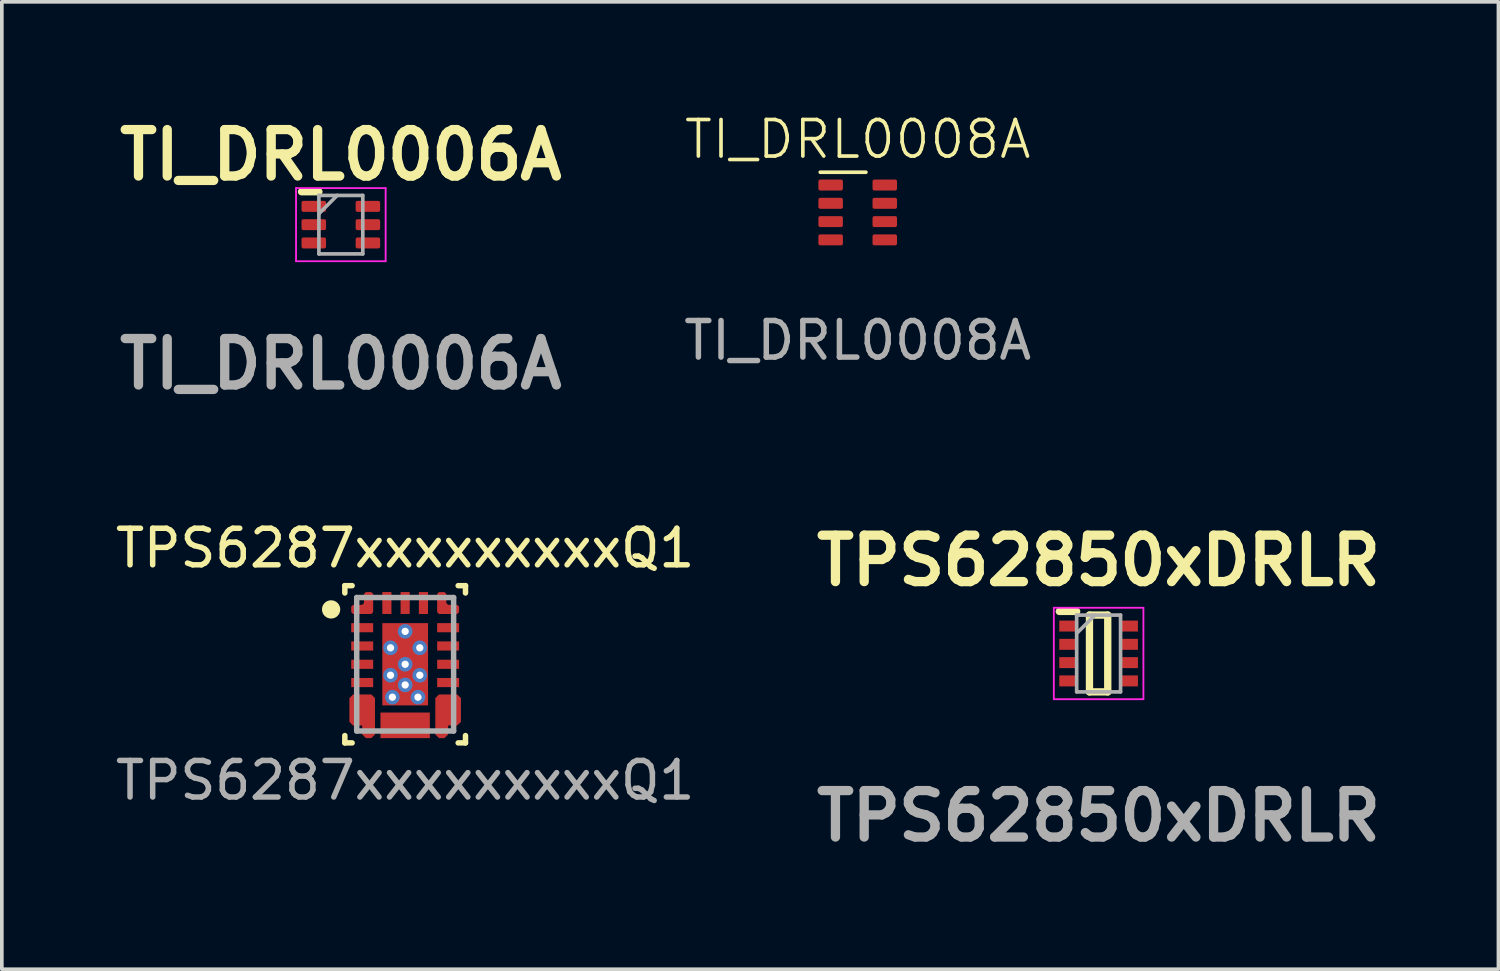
<source format=kicad_pcb>
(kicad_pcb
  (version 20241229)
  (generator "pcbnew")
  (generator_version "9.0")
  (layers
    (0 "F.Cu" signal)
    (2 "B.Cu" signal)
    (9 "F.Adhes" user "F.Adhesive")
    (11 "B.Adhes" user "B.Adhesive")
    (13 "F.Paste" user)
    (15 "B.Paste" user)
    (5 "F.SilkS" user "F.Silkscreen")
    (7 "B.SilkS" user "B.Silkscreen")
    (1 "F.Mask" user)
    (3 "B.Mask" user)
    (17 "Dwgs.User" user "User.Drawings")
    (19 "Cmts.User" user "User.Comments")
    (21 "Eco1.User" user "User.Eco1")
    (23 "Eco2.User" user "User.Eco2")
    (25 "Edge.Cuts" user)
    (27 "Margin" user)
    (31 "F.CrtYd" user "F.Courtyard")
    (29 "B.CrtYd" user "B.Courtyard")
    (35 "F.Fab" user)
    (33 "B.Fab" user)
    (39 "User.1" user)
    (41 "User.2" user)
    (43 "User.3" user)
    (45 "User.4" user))
  (footprint "TI_DRL0008A"
    (layer "F.Cu")
    (at 20.406 2.76)
    (property "Reference" "TI_DRL0008A" (at 0 -2 0) (unlocked yes) (layer "F.SilkS") (effects (font (size 1 1) (thickness 0.1))))
    (attr smd)
    (fp_line (start -1.025 -1.1) (end 0.225 -1.1) (stroke (width 0.1) (type default)) (layer "F.SilkS"))
    (fp_text user "${REFERENCE}" (at 0 3.5 0) (unlocked yes) (layer "F.Fab") (effects (font (size 1 1) (thickness 0.15))))
    (pad "1" smd roundrect (at -0.74 -0.75) (size 0.67 0.3) (layers "F.Cu" "F.Mask" "F.Paste") (roundrect_rratio 0.167))
    (pad "2" smd roundrect (at -0.74 -0.25) (size 0.67 0.3) (layers "F.Cu" "F.Mask" "F.Paste") (roundrect_rratio 0.167))
    (pad "3" smd roundrect (at -0.74 0.25) (size 0.67 0.3) (layers "F.Cu" "F.Mask" "F.Paste") (roundrect_rratio 0.167))
    (pad "4" smd roundrect (at -0.74 0.75) (size 0.67 0.3) (layers "F.Cu" "F.Mask" "F.Paste") (roundrect_rratio 0.167))
    (pad "5" smd roundrect (at 0.74 0.75) (size 0.67 0.3) (layers "F.Cu" "F.Mask" "F.Paste") (roundrect_rratio 0.167))
    (pad "6" smd roundrect (at 0.74 0.25) (size 0.67 0.3) (layers "F.Cu" "F.Mask" "F.Paste") (roundrect_rratio 0.167))
    (pad "7" smd roundrect (at 0.74 -0.25) (size 0.67 0.3) (layers "F.Cu" "F.Mask" "F.Paste") (roundrect_rratio 0.167))
    (pad "8" smd roundrect (at 0.74 -0.75) (size 0.67 0.3) (layers "F.Cu" "F.Mask" "F.Paste") (roundrect_rratio 0.167)))
  (footprint "TPS62850xDRLR"
    (layer "F.Cu")
    (at 26.994 14.821)
    (property "Reference" "TPS62850xDRLR" (at 0 -2.54 0) (layer "F.SilkS") (effects (font (size 1.27 1.27) (thickness 0.254))))
    (attr smd)
    (fp_line (start -1.075 -1.15) (end -0.6 -1.15) (stroke (width 0.2) (type solid)) (layer "F.SilkS"))
    (fp_line (start -0.25 -1.05) (end 0.25 -1.05) (stroke (width 0.2) (type solid)) (layer "F.SilkS"))
    (fp_line (start -0.25 1.05) (end -0.25 -1.05) (stroke (width 0.2) (type solid)) (layer "F.SilkS"))
    (fp_line (start 0.25 -1.05) (end 0.25 1.05) (stroke (width 0.2) (type solid)) (layer "F.SilkS"))
    (fp_line (start 0.25 1.05) (end -0.25 1.05) (stroke (width 0.2) (type solid)) (layer "F.SilkS"))
    (fp_line (start -1.225 -1.25) (end 1.225 -1.25) (stroke (width 0.05) (type solid)) (layer "F.CrtYd"))
    (fp_line (start -1.225 1.25) (end -1.225 -1.25) (stroke (width 0.05) (type solid)) (layer "F.CrtYd"))
    (fp_line (start 1.225 -1.25) (end 1.225 1.25) (stroke (width 0.05) (type solid)) (layer "F.CrtYd"))
    (fp_line (start 1.225 1.25) (end -1.225 1.25) (stroke (width 0.05) (type solid)) (layer "F.CrtYd"))
    (fp_line (start -0.6 -1.05) (end 0.6 -1.05) (stroke (width 0.1) (type solid)) (layer "F.Fab"))
    (fp_line (start -0.6 -0.55) (end -0.1 -1.05) (stroke (width 0.1) (type solid)) (layer "F.Fab"))
    (fp_line (start -0.6 1.05) (end -0.6 -1.05) (stroke (width 0.1) (type solid)) (layer "F.Fab"))
    (fp_line (start 0.6 -1.05) (end 0.6 1.05) (stroke (width 0.1) (type solid)) (layer "F.Fab"))
    (fp_line (start 0.6 1.05) (end -0.6 1.05) (stroke (width 0.1) (type solid)) (layer "F.Fab"))
    (fp_text user "${REFERENCE}" (at 0 4.445 0) (layer "F.Fab") (effects (font (size 1.27 1.27) (thickness 0.254))))
    (pad "1" smd rect (at -0.838 -0.75 90) (size 0.3 0.475) (layers "F.Cu" "F.Mask" "F.Paste"))
    (pad "2" smd rect (at -0.838 -0.25 90) (size 0.3 0.475) (layers "F.Cu" "F.Mask" "F.Paste"))
    (pad "3" smd rect (at -0.838 0.25 90) (size 0.3 0.475) (layers "F.Cu" "F.Mask" "F.Paste"))
    (pad "4" smd rect (at -0.838 0.75 90) (size 0.3 0.475) (layers "F.Cu" "F.Mask" "F.Paste"))
    (pad "5" smd rect (at 0.838 0.75 90) (size 0.3 0.475) (layers "F.Cu" "F.Mask" "F.Paste"))
    (pad "6" smd rect (at 0.838 0.25 90) (size 0.3 0.475) (layers "F.Cu" "F.Mask" "F.Paste"))
    (pad "7" smd rect (at 0.838 -0.25 90) (size 0.3 0.475) (layers "F.Cu" "F.Mask" "F.Paste"))
    (pad "8" smd rect (at 0.838 -0.75 90) (size 0.3 0.475) (layers "F.Cu" "F.Mask" "F.Paste")))
  (footprint "TPS6287xxxxxxxxxQ1"
    (layer "F.Cu")
    (at 8.03 15.116)
    (property "Reference" "TPS6287xxxxxxxxxQ1" (at 0 -3.175 0) (unlocked yes) (layer "F.SilkS") (effects (font (size 1 1) (thickness 0.15))))
    (attr smd)
    (fp_poly (pts (xy -1.175 1.92) (xy -1.075 2.02) (xy -0.925 2.02) (xy -0.825 1.92) (xy -0.825 0.925) (xy -0.925 0.825) (xy -1.425 0.825) (xy -1.525 0.925) (xy -1.525 1.575) (xy -1.425 1.675) (xy -1.175 1.675)) (stroke (width 0) (type solid)) (fill yes) (layer "F.Cu"))
    (fp_poly (pts (xy 1.175 1.92) (xy 1.075 2.02) (xy 0.925 2.02) (xy 0.825 1.92) (xy 0.825 0.925) (xy 0.925 0.825) (xy 1.425 0.825) (xy 1.525 0.925) (xy 1.525 1.575) (xy 1.425 1.675) (xy 1.175 1.675)) (stroke (width 0) (type solid)) (fill yes) (layer "F.Cu"))
    (fp_poly (pts (xy -1.125 -1.925) (xy -1.075 -1.975) (xy -0.925 -1.975) (xy -0.875 -1.925) (xy -0.875 -1.425) (xy -0.925 -1.375) (xy -1.425 -1.375) (xy -1.475 -1.425) (xy -1.475 -1.575) (xy -1.425 -1.625) (xy -1.175 -1.625) (xy -1.125 -1.675)) (stroke (width 0) (type solid)) (fill yes) (layer "F.Cu"))
    (fp_poly (pts (xy 1.125 -1.925) (xy 1.075 -1.975) (xy 0.925 -1.975) (xy 0.875 -1.925) (xy 0.875 -1.425) (xy 0.925 -1.375) (xy 1.425 -1.375) (xy 1.475 -1.425) (xy 1.475 -1.575) (xy 1.425 -1.625) (xy 1.175 -1.625) (xy 1.125 -1.675)) (stroke (width 0) (type solid)) (fill yes) (layer "F.Cu"))
    (fp_poly (pts (xy -1.525 -1.075) (xy -1.425 -1.175) (xy -0.925 -1.175) (xy -0.825 -1.075) (xy -0.825 -0.925) (xy -0.925 -0.825) (xy -1.425 -0.825) (xy -1.525 -0.925)) (stroke (width 0) (type solid)) (fill yes) (layer "F.Mask"))
    (fp_poly (pts (xy -1.525 -0.075) (xy -1.425 -0.175) (xy -0.925 -0.175) (xy -0.825 -0.075) (xy -0.825 0.075) (xy -0.925 0.175) (xy -1.425 0.175) (xy -1.525 0.075)) (stroke (width 0) (type solid)) (fill yes) (layer "F.Mask"))
    (fp_poly (pts (xy -1.425 -0.325) (xy -1.525 -0.425) (xy -1.525 -0.575) (xy -1.425 -0.675) (xy -0.925 -0.675) (xy -0.825 -0.575) (xy -0.825 -0.425) (xy -0.925 -0.325)) (stroke (width 0) (type solid)) (fill yes) (layer "F.Mask"))
    (fp_poly (pts (xy -0.825 0.425) (xy -0.825 0.575) (xy -0.925 0.675) (xy -1.425 0.675) (xy -1.525 0.575) (xy -1.525 0.425) (xy -1.425 0.325) (xy -0.925 0.325)) (stroke (width 0) (type solid)) (fill yes) (layer "F.Mask"))
    (fp_poly (pts (xy -0.675 -1.925) (xy -0.575 -2.025) (xy -0.425 -2.025) (xy -0.325 -1.925) (xy -0.325 -1.425) (xy -0.425 -1.325) (xy -0.575 -1.325) (xy -0.675 -1.425)) (stroke (width 0) (type solid)) (fill yes) (layer "F.Mask"))
    (fp_poly (pts (xy -0.575 -1.175) (xy 0.575 -1.175) (xy 0.675 -1.075) (xy 0.675 1.075) (xy 0.575 1.175) (xy -0.575 1.175) (xy -0.675 1.075) (xy -0.675 -1.075)) (stroke (width 0) (type solid)) (fill yes) (layer "F.Mask"))
    (fp_poly (pts (xy 0.175 -1.925) (xy 0.175 -1.425) (xy 0.075 -1.325) (xy -0.075 -1.325) (xy -0.175 -1.425) (xy -0.175 -1.925) (xy -0.075 -2.025) (xy 0.075 -2.025)) (stroke (width 0) (type solid)) (fill yes) (layer "F.Mask"))
    (fp_poly (pts (xy 0.675 -1.425) (xy 0.575 -1.325) (xy 0.425 -1.325) (xy 0.325 -1.425) (xy 0.325 -1.925) (xy 0.425 -2.025) (xy 0.575 -2.025) (xy 0.675 -1.925)) (stroke (width 0) (type solid)) (fill yes) (layer "F.Mask"))
    (fp_poly (pts (xy 0.925 -0.325) (xy 0.825 -0.425) (xy 0.825 -0.575) (xy 0.925 -0.675) (xy 1.425 -0.675) (xy 1.525 -0.575) (xy 1.525 -0.425) (xy 1.425 -0.325)) (stroke (width 0) (type solid)) (fill yes) (layer "F.Mask"))
    (fp_poly (pts (xy 0.925 -0.175) (xy 1.425 -0.175) (xy 1.525 -0.075) (xy 1.525 0.075) (xy 1.425 0.175) (xy 0.925 0.175) (xy 0.825 0.075) (xy 0.825 -0.075)) (stroke (width 0) (type solid)) (fill yes) (layer "F.Mask"))
    (fp_poly (pts (xy 0.925 0.675) (xy 0.825 0.575) (xy 0.825 0.425) (xy 0.925 0.325) (xy 1.425 0.325) (xy 1.525 0.425) (xy 1.525 0.575) (xy 1.425 0.675)) (stroke (width 0) (type solid)) (fill yes) (layer "F.Mask"))
    (fp_poly (pts (xy 1.525 -0.925) (xy 1.425 -0.825) (xy 0.925 -0.825) (xy 0.825 -0.925) (xy 0.825 -1.075) (xy 0.925 -1.175) (xy 1.425 -1.175) (xy 1.525 -1.075)) (stroke (width 0) (type solid)) (fill yes) (layer "F.Mask"))
    (fp_poly (pts (xy -1.175 -1.925) (xy -1.075 -2.025) (xy -0.925 -2.025) (xy -0.825 -1.925) (xy -0.825 -1.425) (xy -0.925 -1.325) (xy -1.425 -1.325) (xy -1.525 -1.425) (xy -1.525 -1.575) (xy -1.425 -1.675) (xy -1.175 -1.675)) (stroke (width 0) (type solid)) (fill yes) (layer "F.Mask"))
    (fp_poly (pts (xy 1.175 -1.925) (xy 1.075 -2.025) (xy 0.925 -2.025) (xy 0.825 -1.925) (xy 0.825 -1.425) (xy 0.925 -1.325) (xy 1.425 -1.325) (xy 1.525 -1.425) (xy 1.525 -1.575) (xy 1.425 -1.675) (xy 1.175 -1.675)) (stroke (width 0) (type solid)) (fill yes) (layer "F.Mask"))
    (fp_poly (pts (xy -1.125 1.92) (xy -1.075 1.97) (xy -0.925 1.97) (xy -0.875 1.92) (xy -0.875 0.925) (xy -0.925 0.875) (xy -1.425 0.875) (xy -1.475 0.925) (xy -1.475 1.075) (xy -1.425 1.125) (xy -1.175 1.125) (xy -1.125 1.175) (xy -1.125 1.325) (xy -1.175 1.375) (xy -1.425 1.375) (xy -1.475 1.425) (xy -1.475 1.575) (xy -1.425 1.625) (xy -1.175 1.625) (xy -1.125 1.675)) (stroke (width 0) (type solid)) (fill yes) (layer "F.Mask"))
    (fp_poly (pts (xy 1.125 1.92) (xy 1.075 1.97) (xy 0.925 1.97) (xy 0.875 1.92) (xy 0.875 0.925) (xy 0.925 0.875) (xy 1.425 0.875) (xy 1.475 0.925) (xy 1.475 1.075) (xy 1.425 1.125) (xy 1.175 1.125) (xy 1.125 1.175) (xy 1.125 1.325) (xy 1.175 1.375) (xy 1.425 1.375) (xy 1.475 1.425) (xy 1.475 1.575) (xy 1.425 1.625) (xy 1.175 1.625) (xy 1.125 1.675)) (stroke (width 0) (type solid)) (fill yes) (layer "F.Mask"))
    (fp_poly (pts (xy -0.625 1.92) (xy -0.575 1.97) (xy -0.425 1.97) (xy -0.375 1.92) (xy -0.375 1.67) (xy -0.325 1.62) (xy -0.175 1.62) (xy -0.125 1.67) (xy -0.125 1.92) (xy -0.075 1.97) (xy 0.075 1.97) (xy 0.125 1.92) (xy 0.125 1.67) (xy 0.175 1.62) (xy 0.325 1.62) (xy 0.375 1.67) (xy 0.375 1.92) (xy 0.425 1.97) (xy 0.575 1.97) (xy 0.625 1.92) (xy 0.625 1.42) (xy 0.575 1.37) (xy -0.575 1.37) (xy -0.625 1.42)) (stroke (width 0) (type solid)) (fill yes) (layer "F.Mask"))
    (fp_line (start -1.65 2.15) (end -1.65 1.95) (stroke (width 0.15) (type solid)) (layer "F.SilkS"))
    (fp_line (start -1.65 2.15) (end -1.45 2.15) (stroke (width 0.15) (type solid)) (layer "F.SilkS"))
    (fp_line (start -1.65 -2.15) (end -1.45 -2.15) (stroke (width 0.15) (type solid)) (layer "F.SilkS"))
    (fp_line (start -1.65 -1.95) (end -1.65 -2.15) (stroke (width 0.15) (type solid)) (layer "F.SilkS"))
    (fp_line (start 1.45 2.15) (end 1.65 2.15) (stroke (width 0.15) (type solid)) (layer "F.SilkS"))
    (fp_line (start 1.45 -2.15) (end 1.65 -2.15) (stroke (width 0.15) (type solid)) (layer "F.SilkS"))
    (fp_line (start 1.65 2.15) (end 1.65 1.95) (stroke (width 0.15) (type solid)) (layer "F.SilkS"))
    (fp_line (start 1.65 -1.95) (end 1.65 -2.15) (stroke (width 0.15) (type solid)) (layer "F.SilkS"))
    (fp_circle (center -2.025 -1.5) (end -1.9 -1.5) (stroke (width 0.25) (type solid)) (fill no) (layer "F.SilkS"))
    (fp_poly (pts (xy -0.585 -1.05) (xy -0.535 -1.1) (xy 0.535 -1.1) (xy 0.585 -1.05) (xy 0.585 -0.15) (xy 0.535 -0.1) (xy -0.535 -0.1) (xy -0.585 -0.15)) (stroke (width 0) (type solid)) (fill yes) (layer "F.Paste"))
    (fp_poly (pts (xy 0.585 0.15) (xy 0.585 1.05) (xy 0.535 1.1) (xy -0.535 1.1) (xy -0.585 1.05) (xy -0.585 0.15) (xy -0.535 0.1) (xy 0.535 0.1)) (stroke (width 0) (type solid)) (fill yes) (layer "F.Paste"))
    (fp_poly (pts (xy -1.125 -1.925) (xy -1.075 -1.975) (xy -0.925 -1.975) (xy -0.875 -1.925) (xy -0.875 -1.425) (xy -0.925 -1.375) (xy -1.425 -1.375) (xy -1.475 -1.425) (xy -1.475 -1.575) (xy -1.425 -1.625) (xy -1.175 -1.625) (xy -1.125 -1.675)) (stroke (width 0) (type solid)) (fill yes) (layer "F.Paste"))
    (fp_poly (pts (xy 1.125 -1.925) (xy 1.125 -1.675) (xy 1.175 -1.625) (xy 1.425 -1.625) (xy 1.475 -1.575) (xy 1.475 -1.425) (xy 1.425 -1.375) (xy 0.925 -1.375) (xy 0.875 -1.425) (xy 0.875 -1.925) (xy 0.925 -1.975) (xy 1.075 -1.975)) (stroke (width 0) (type solid)) (fill yes) (layer "F.Paste"))
    (fp_poly (pts (xy -1.125 1.92) (xy -1.075 1.97) (xy -0.925 1.97) (xy -0.875 1.92) (xy -0.875 0.925) (xy -0.925 0.875) (xy -1.425 0.875) (xy -1.475 0.925) (xy -1.475 1.075) (xy -1.425 1.125) (xy -1.175 1.125) (xy -1.125 1.175) (xy -1.125 1.325) (xy -1.175 1.375) (xy -1.425 1.375) (xy -1.475 1.425) (xy -1.475 1.575) (xy -1.425 1.625) (xy -1.175 1.625) (xy -1.125 1.675)) (stroke (width 0) (type solid)) (fill yes) (layer "F.Paste"))
    (fp_poly (pts (xy 1.125 1.92) (xy 1.075 1.97) (xy 0.925 1.97) (xy 0.875 1.92) (xy 0.875 0.925) (xy 0.925 0.875) (xy 1.425 0.875) (xy 1.475 0.925) (xy 1.475 1.075) (xy 1.425 1.125) (xy 1.175 1.125) (xy 1.125 1.175) (xy 1.125 1.325) (xy 1.175 1.375) (xy 1.425 1.375) (xy 1.475 1.425) (xy 1.475 1.575) (xy 1.425 1.625) (xy 1.175 1.625) (xy 1.125 1.675)) (stroke (width 0) (type solid)) (fill yes) (layer "F.Paste"))
    (fp_poly (pts (xy -0.625 1.92) (xy -0.575 1.97) (xy -0.425 1.97) (xy -0.375 1.92) (xy -0.375 1.67) (xy -0.325 1.62) (xy -0.175 1.62) (xy -0.125 1.67) (xy -0.125 1.92) (xy -0.075 1.97) (xy 0.075 1.97) (xy 0.125 1.92) (xy 0.125 1.67) (xy 0.175 1.62) (xy 0.325 1.62) (xy 0.375 1.67) (xy 0.375 1.92) (xy 0.425 1.97) (xy 0.575 1.97) (xy 0.625 1.92) (xy 0.625 1.42) (xy 0.575 1.37) (xy -0.575 1.37) (xy -0.625 1.42)) (stroke (width 0) (type solid)) (fill yes) (layer "F.Paste"))
    (fp_line (start -1.325 -1.825) (end 1.325 -1.825) (stroke (width 0.15) (type solid)) (layer "F.Fab"))
    (fp_line (start -1.325 1.825) (end -1.325 -1.825) (stroke (width 0.15) (type solid)) (layer "F.Fab"))
    (fp_line (start -1.325 1.825) (end 1.325 1.825) (stroke (width 0.15) (type solid)) (layer "F.Fab"))
    (fp_line (start 1.325 1.825) (end 1.325 -1.825) (stroke (width 0.15) (type solid)) (layer "F.Fab"))
    (fp_text user "${REFERENCE}" (at 0 3.175 0) (unlocked yes) (layer "F.Fab") (effects (font (size 1 1) (thickness 0.15))))
    (pad "1" smd circle (at -1.025 -1.525) (size 0.27 0.27) (layers "F.Cu" "F.Paste"))
    (pad "2" smd rect (at -1.175 -1) (size 0.6 0.25) (layers "F.Cu" "F.Paste"))
    (pad "3" smd rect (at -1.175 -0.5) (size 0.6 0.25) (layers "F.Cu" "F.Paste"))
    (pad "4" smd rect (at -1.175 0) (size 0.6 0.25) (layers "F.Cu" "F.Paste"))
    (pad "5" smd rect (at -1.175 0.5) (size 0.6 0.25) (layers "F.Cu" "F.Paste"))
    (pad "6" smd circle (at -1.145 1.349) (size 0.576 0.576) (layers "F.Cu"))
    (pad "7" smd rect (at 0 1.67) (size 1.35 0.7) (layers "F.Cu"))
    (pad "8" smd circle (at 1.145 1.349) (size 0.576 0.576) (layers "F.Cu"))
    (pad "9" smd rect (at 1.175 0.5) (size 0.6 0.25) (layers "F.Cu" "F.Paste"))
    (pad "10" smd rect (at 1.175 0) (size 0.6 0.25) (layers "F.Cu" "F.Paste"))
    (pad "11" smd rect (at 1.175 -0.5) (size 0.6 0.25) (layers "F.Cu" "F.Paste"))
    (pad "12" smd rect (at 1.175 -1) (size 0.6 0.25) (layers "F.Cu" "F.Paste"))
    (pad "13" smd circle (at 1.025 -1.525) (size 0.27 0.27) (layers "F.Cu" "F.Paste"))
    (pad "14" smd rect (at 0.5 -1.675) (size 0.25 0.6) (layers "F.Cu" "F.Paste"))
    (pad "15" smd rect (at 0 -1.675) (size 0.25 0.6) (layers "F.Cu" "F.Paste"))
    (pad "16" smd rect (at -0.5 -1.675) (size 0.25 0.6) (layers "F.Cu" "F.Paste"))
    (pad "17" thru_hole circle (at -0.4 -0.45) (size 0.4 0.4) (drill 0.2) (layers "*.Cu" "F.Mask"))
    (pad "17" thru_hole circle (at -0.4 0.3) (size 0.4 0.4) (drill 0.2) (layers "*.Cu" "F.Mask"))
    (pad "17" thru_hole circle (at -0.35 0.9) (size 0.4 0.4) (drill 0.2) (layers "*.Cu" "F.Mask"))
    (pad "17" thru_hole circle (at 0 -0.9) (size 0.4 0.4) (drill 0.2) (layers "*.Cu" "F.Mask"))
    (pad "17" thru_hole circle (at 0 0) (size 0.4 0.4) (drill 0.2) (layers "*.Cu" "F.Mask"))
    (pad "17" smd rect (at 0 0) (size 1.25 2.25) (layers "F.Cu"))
    (pad "17" thru_hole circle (at 0 0.565) (size 0.4 0.4) (drill 0.2) (layers "*.Cu" "F.Mask"))
    (pad "17" thru_hole circle (at 0.35 0.9) (size 0.4 0.4) (drill 0.2) (layers "*.Cu" "F.Mask"))
    (pad "17" thru_hole circle (at 0.4 -0.45) (size 0.4 0.4) (drill 0.2) (layers "*.Cu" "F.Mask"))
    (pad "17" thru_hole circle (at 0.4 0.3) (size 0.4 0.4) (drill 0.2) (layers "*.Cu" "F.Mask")))
  (footprint "TI_DRL0006A"
    (layer "F.Cu")
    (at 6.271 3.094)
    (property "Reference" "TI_DRL0006A" (at 0 -1.905 0) (layer "F.SilkS") (effects (font (size 1.27 1.27) (thickness 0.254))))
    (attr smd)
    (fp_line (start -1.075 -0.9) (end -0.6 -0.9) (stroke (width 0.2) (type solid)) (layer "F.SilkS"))
    (fp_line (start -1.225 -1) (end 1.225 -1) (stroke (width 0.05) (type solid)) (layer "F.CrtYd"))
    (fp_line (start -1.225 1) (end -1.225 -1) (stroke (width 0.05) (type solid)) (layer "F.CrtYd"))
    (fp_line (start 1.225 -1) (end 1.225 1) (stroke (width 0.05) (type solid)) (layer "F.CrtYd"))
    (fp_line (start 1.225 1) (end -1.225 1) (stroke (width 0.05) (type solid)) (layer "F.CrtYd"))
    (fp_line (start -0.6 -0.8) (end 0.6 -0.8) (stroke (width 0.1) (type solid)) (layer "F.Fab"))
    (fp_line (start -0.6 -0.3) (end -0.1 -0.8) (stroke (width 0.1) (type solid)) (layer "F.Fab"))
    (fp_line (start -0.6 0.8) (end -0.6 -0.8) (stroke (width 0.1) (type solid)) (layer "F.Fab"))
    (fp_line (start 0.6 -0.8) (end 0.6 0.8) (stroke (width 0.1) (type solid)) (layer "F.Fab"))
    (fp_line (start 0.6 0.8) (end -0.6 0.8) (stroke (width 0.1) (type solid)) (layer "F.Fab"))
    (fp_text user "${REFERENCE}" (at 0 3.81 0) (layer "F.Fab") (effects (font (size 1.27 1.27) (thickness 0.254))))
    (pad "1" smd roundrect (at -0.74 -0.5 90) (size 0.3 0.67) (layers "F.Cu" "F.Mask" "F.Paste") (roundrect_rratio 0.167))
    (pad "2" smd roundrect (at -0.74 0 90) (size 0.3 0.67) (layers "F.Cu" "F.Mask" "F.Paste") (roundrect_rratio 0.167))
    (pad "3" smd roundrect (at -0.74 0.5 90) (size 0.3 0.67) (layers "F.Cu" "F.Mask" "F.Paste") (roundrect_rratio 0.167))
    (pad "4" smd roundrect (at 0.74 0.5 90) (size 0.3 0.67) (layers "F.Cu" "F.Mask" "F.Paste") (roundrect_rratio 0.167))
    (pad "5" smd roundrect (at 0.74 0 90) (size 0.3 0.67) (layers "F.Cu" "F.Mask" "F.Paste") (roundrect_rratio 0.167))
    (pad "6" smd roundrect (at 0.74 -0.5 90) (size 0.3 0.67) (layers "F.Cu" "F.Mask" "F.Paste") (roundrect_rratio 0.167)))
  (gr_rect
    (start -3 -3)
    (end 37.928 23.455)
    (stroke (width 0.1) (type default))
    (fill no)
    (layer "Edge.Cuts")))
</source>
